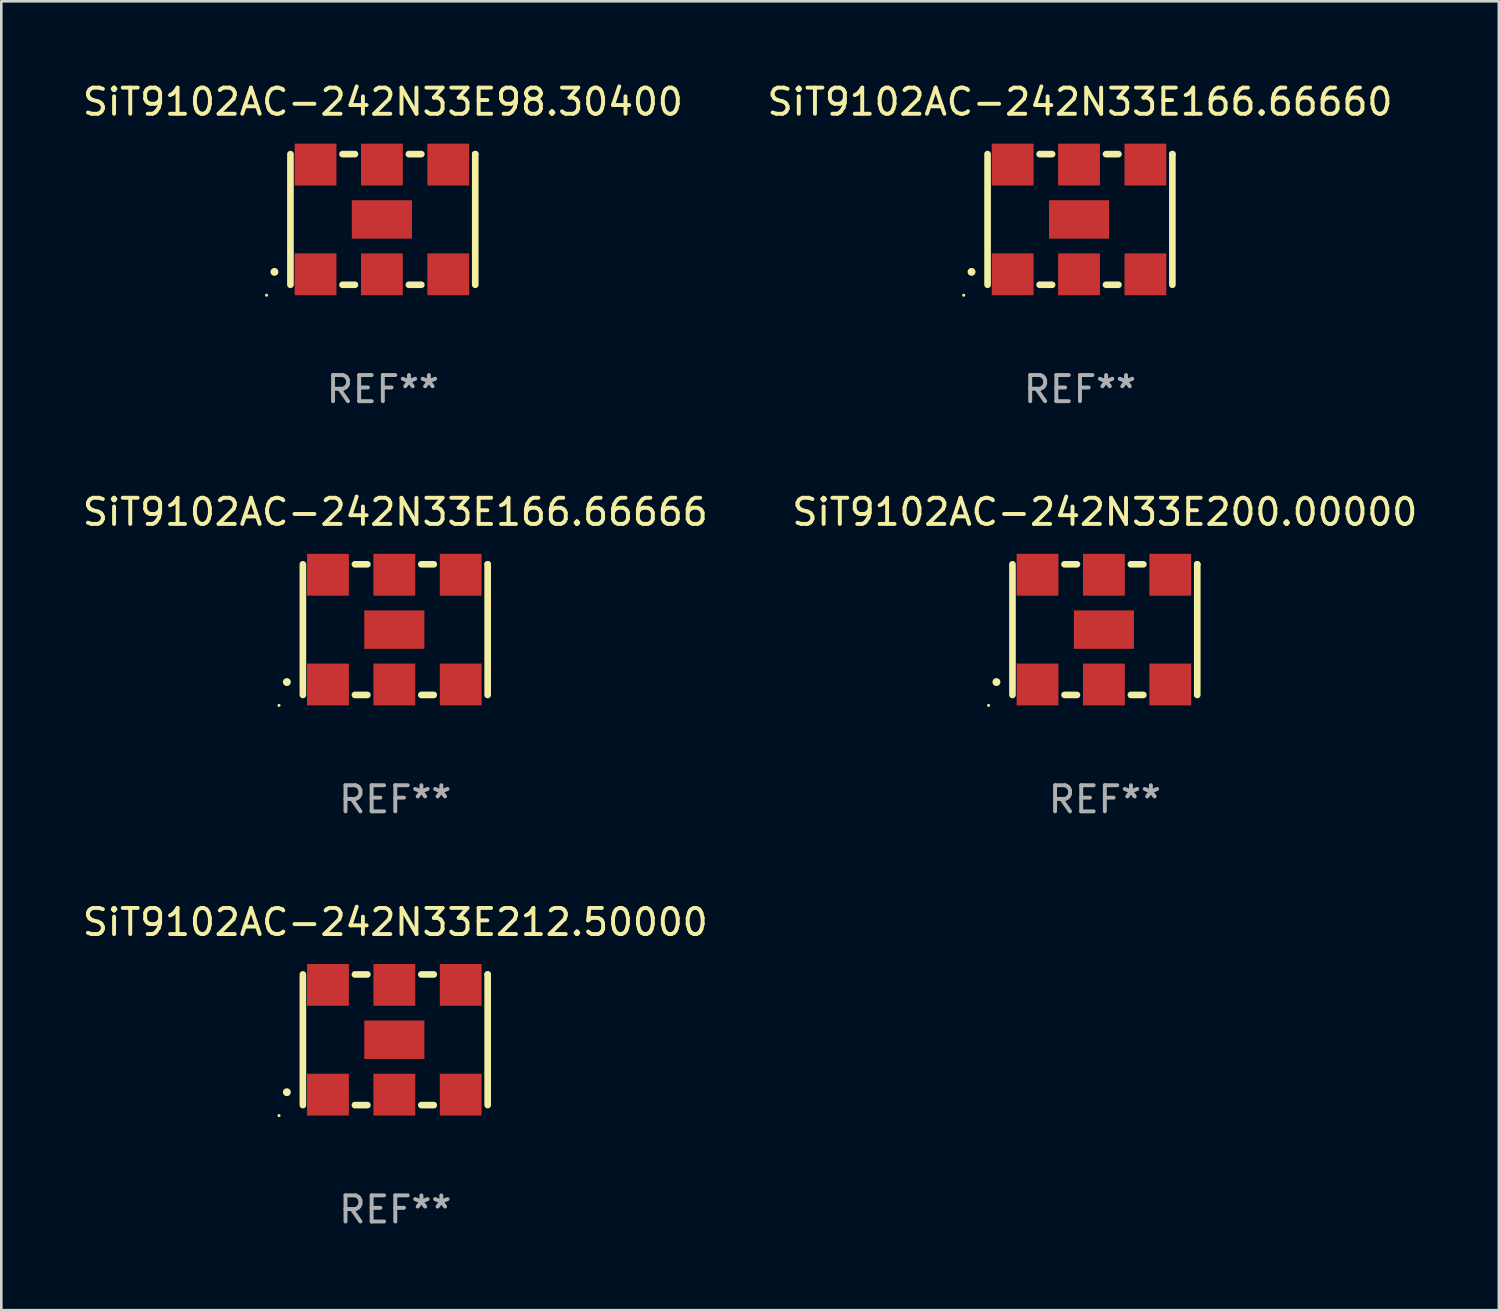
<source format=kicad_pcb>
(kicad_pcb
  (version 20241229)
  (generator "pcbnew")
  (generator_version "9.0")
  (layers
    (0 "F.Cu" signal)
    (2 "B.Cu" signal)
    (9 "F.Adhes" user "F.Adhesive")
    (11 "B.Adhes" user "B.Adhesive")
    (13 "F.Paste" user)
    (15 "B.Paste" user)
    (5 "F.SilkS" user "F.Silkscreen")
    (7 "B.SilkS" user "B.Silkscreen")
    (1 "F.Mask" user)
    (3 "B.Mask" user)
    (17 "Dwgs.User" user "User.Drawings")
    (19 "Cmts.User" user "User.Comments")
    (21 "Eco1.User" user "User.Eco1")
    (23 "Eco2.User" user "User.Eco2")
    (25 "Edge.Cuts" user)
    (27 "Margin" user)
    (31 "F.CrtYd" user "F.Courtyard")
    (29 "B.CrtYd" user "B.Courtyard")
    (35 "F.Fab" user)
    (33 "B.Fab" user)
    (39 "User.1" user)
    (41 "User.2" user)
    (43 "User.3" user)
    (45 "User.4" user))
  (footprint "SiT9102AC-242N33E166.66660"
    (layer "F.Cu")
    (at 38.28 5.348)
    (property "Reference" "SiT9102AC-242N33E166.66660" (at 0 -4.5 0) (layer "F.SilkS") (effects (font (size 1 1) (thickness 0.15))))
    (attr through_hole)
    (fp_line (start -3.536 -2.5) (end -3.536 2.5) (stroke (width 0.254) (type solid)) (layer "F.SilkS"))
    (fp_line (start -1.544 2.5) (end -1.067 2.5) (stroke (width 0.254) (type solid)) (layer "F.SilkS"))
    (fp_line (start -1.067 -2.5) (end -1.544 -2.5) (stroke (width 0.254) (type solid)) (layer "F.SilkS"))
    (fp_line (start 0.996 2.5) (end 1.473 2.5) (stroke (width 0.254) (type solid)) (layer "F.SilkS"))
    (fp_line (start 1.473 -2.5) (end 0.996 -2.5) (stroke (width 0.254) (type solid)) (layer "F.SilkS"))
    (fp_line (start 3.536 -2.5) (end 3.536 -2.5) (stroke (width 0.254) (type solid)) (layer "F.SilkS"))
    (fp_line (start 3.536 2.5) (end 3.536 -2.5) (stroke (width 0.254) (type solid)) (layer "F.SilkS"))
    (fp_arc (start -4.150432 2.006604) (mid -4.149162 2.006599) (end -4.147892 2.006604) (stroke (width 0.3) (type solid)) (layer "F.SilkS"))
    (fp_circle (center -4.449 2.9) (end -4.419 2.9) (stroke (width 0.06) (type solid)) (fill no) (layer "F.SilkS"))
    (fp_text user "REF**" (at 0 6.5 0) (layer "F.Fab") (effects (font (size 1 1) (thickness 0.15))))
    (pad "1" smd rect (at -2.576 2.1) (size 1.6 1.6) (layers "F.Cu" "F.Mask" "F.Paste"))
    (pad "2" smd rect (at -0.036 2.1) (size 1.6 1.6) (layers "F.Cu" "F.Mask" "F.Paste"))
    (pad "3" smd rect (at 2.504 2.1) (size 1.6 1.6) (layers "F.Cu" "F.Mask" "F.Paste"))
    (pad "4" smd rect (at 2.504 -2.1) (size 1.6 1.6) (layers "F.Cu" "F.Mask" "F.Paste"))
    (pad "5" smd rect (at -0.036 -2.1) (size 1.6 1.6) (layers "F.Cu" "F.Mask" "F.Paste"))
    (pad "6" smd rect (at -2.576 -2.1) (size 1.6 1.6) (layers "F.Cu" "F.Mask" "F.Paste"))
    (pad "7" smd rect (at -0.036 0) (size 2.3 1.47) (layers "F.Cu" "F.Mask" "F.Paste")))
  (footprint "SiT9102AC-242N33E212.50000"
    (layer "F.Cu")
    (at 12.077 36.741)
    (property "Reference" "SiT9102AC-242N33E212.50000" (at 0 -4.5 0) (layer "F.SilkS") (effects (font (size 1 1) (thickness 0.15))))
    (attr through_hole)
    (fp_line (start -3.536 -2.5) (end -3.536 2.5) (stroke (width 0.254) (type solid)) (layer "F.SilkS"))
    (fp_line (start -1.544 2.5) (end -1.067 2.5) (stroke (width 0.254) (type solid)) (layer "F.SilkS"))
    (fp_line (start -1.067 -2.5) (end -1.544 -2.5) (stroke (width 0.254) (type solid)) (layer "F.SilkS"))
    (fp_line (start 0.996 2.5) (end 1.473 2.5) (stroke (width 0.254) (type solid)) (layer "F.SilkS"))
    (fp_line (start 1.473 -2.5) (end 0.996 -2.5) (stroke (width 0.254) (type solid)) (layer "F.SilkS"))
    (fp_line (start 3.536 -2.5) (end 3.536 -2.5) (stroke (width 0.254) (type solid)) (layer "F.SilkS"))
    (fp_line (start 3.536 2.5) (end 3.536 -2.5) (stroke (width 0.254) (type solid)) (layer "F.SilkS"))
    (fp_arc (start -4.150432 2.006604) (mid -4.149162 2.006599) (end -4.147892 2.006604) (stroke (width 0.3) (type solid)) (layer "F.SilkS"))
    (fp_circle (center -4.449 2.9) (end -4.419 2.9) (stroke (width 0.06) (type solid)) (fill no) (layer "F.SilkS"))
    (fp_text user "REF**" (at 0 6.5 0) (layer "F.Fab") (effects (font (size 1 1) (thickness 0.15))))
    (pad "1" smd rect (at -2.576 2.1) (size 1.6 1.6) (layers "F.Cu" "F.Mask" "F.Paste"))
    (pad "2" smd rect (at -0.036 2.1) (size 1.6 1.6) (layers "F.Cu" "F.Mask" "F.Paste"))
    (pad "3" smd rect (at 2.504 2.1) (size 1.6 1.6) (layers "F.Cu" "F.Mask" "F.Paste"))
    (pad "4" smd rect (at 2.504 -2.1) (size 1.6 1.6) (layers "F.Cu" "F.Mask" "F.Paste"))
    (pad "5" smd rect (at -0.036 -2.1) (size 1.6 1.6) (layers "F.Cu" "F.Mask" "F.Paste"))
    (pad "6" smd rect (at -2.576 -2.1) (size 1.6 1.6) (layers "F.Cu" "F.Mask" "F.Paste"))
    (pad "7" smd rect (at -0.036 0) (size 2.3 1.47) (layers "F.Cu" "F.Mask" "F.Paste")))
  (footprint "SiT9102AC-242N33E166.66666"
    (layer "F.Cu")
    (at 12.077 21.045)
    (property "Reference" "SiT9102AC-242N33E166.66666" (at 0 -4.5 0) (layer "F.SilkS") (effects (font (size 1 1) (thickness 0.15))))
    (attr through_hole)
    (fp_line (start -3.536 -2.5) (end -3.536 2.5) (stroke (width 0.254) (type solid)) (layer "F.SilkS"))
    (fp_line (start -1.544 2.5) (end -1.067 2.5) (stroke (width 0.254) (type solid)) (layer "F.SilkS"))
    (fp_line (start -1.067 -2.5) (end -1.544 -2.5) (stroke (width 0.254) (type solid)) (layer "F.SilkS"))
    (fp_line (start 0.996 2.5) (end 1.473 2.5) (stroke (width 0.254) (type solid)) (layer "F.SilkS"))
    (fp_line (start 1.473 -2.5) (end 0.996 -2.5) (stroke (width 0.254) (type solid)) (layer "F.SilkS"))
    (fp_line (start 3.536 -2.5) (end 3.536 -2.5) (stroke (width 0.254) (type solid)) (layer "F.SilkS"))
    (fp_line (start 3.536 2.5) (end 3.536 -2.5) (stroke (width 0.254) (type solid)) (layer "F.SilkS"))
    (fp_arc (start -4.150432 2.006604) (mid -4.149162 2.006599) (end -4.147892 2.006604) (stroke (width 0.3) (type solid)) (layer "F.SilkS"))
    (fp_circle (center -4.449 2.9) (end -4.419 2.9) (stroke (width 0.06) (type solid)) (fill no) (layer "F.SilkS"))
    (fp_text user "REF**" (at 0 6.5 0) (layer "F.Fab") (effects (font (size 1 1) (thickness 0.15))))
    (pad "1" smd rect (at -2.576 2.1) (size 1.6 1.6) (layers "F.Cu" "F.Mask" "F.Paste"))
    (pad "2" smd rect (at -0.036 2.1) (size 1.6 1.6) (layers "F.Cu" "F.Mask" "F.Paste"))
    (pad "3" smd rect (at 2.504 2.1) (size 1.6 1.6) (layers "F.Cu" "F.Mask" "F.Paste"))
    (pad "4" smd rect (at 2.504 -2.1) (size 1.6 1.6) (layers "F.Cu" "F.Mask" "F.Paste"))
    (pad "5" smd rect (at -0.036 -2.1) (size 1.6 1.6) (layers "F.Cu" "F.Mask" "F.Paste"))
    (pad "6" smd rect (at -2.576 -2.1) (size 1.6 1.6) (layers "F.Cu" "F.Mask" "F.Paste"))
    (pad "7" smd rect (at -0.036 0) (size 2.3 1.47) (layers "F.Cu" "F.Mask" "F.Paste")))
  (footprint "SiT9102AC-242N33E98.30400"
    (layer "F.Cu")
    (at 11.601 5.348)
    (property "Reference" "SiT9102AC-242N33E98.30400" (at 0 -4.5 0) (layer "F.SilkS") (effects (font (size 1 1) (thickness 0.15))))
    (attr through_hole)
    (fp_line (start -3.536 -2.5) (end -3.536 2.5) (stroke (width 0.254) (type solid)) (layer "F.SilkS"))
    (fp_line (start -1.544 2.5) (end -1.067 2.5) (stroke (width 0.254) (type solid)) (layer "F.SilkS"))
    (fp_line (start -1.067 -2.5) (end -1.544 -2.5) (stroke (width 0.254) (type solid)) (layer "F.SilkS"))
    (fp_line (start 0.996 2.5) (end 1.473 2.5) (stroke (width 0.254) (type solid)) (layer "F.SilkS"))
    (fp_line (start 1.473 -2.5) (end 0.996 -2.5) (stroke (width 0.254) (type solid)) (layer "F.SilkS"))
    (fp_line (start 3.536 -2.5) (end 3.536 -2.5) (stroke (width 0.254) (type solid)) (layer "F.SilkS"))
    (fp_line (start 3.536 2.5) (end 3.536 -2.5) (stroke (width 0.254) (type solid)) (layer "F.SilkS"))
    (fp_arc (start -4.150432 2.006604) (mid -4.149162 2.006599) (end -4.147892 2.006604) (stroke (width 0.3) (type solid)) (layer "F.SilkS"))
    (fp_circle (center -4.449 2.9) (end -4.419 2.9) (stroke (width 0.06) (type solid)) (fill no) (layer "F.SilkS"))
    (fp_text user "REF**" (at 0 6.5 0) (layer "F.Fab") (effects (font (size 1 1) (thickness 0.15))))
    (pad "1" smd rect (at -2.576 2.1) (size 1.6 1.6) (layers "F.Cu" "F.Mask" "F.Paste"))
    (pad "2" smd rect (at -0.036 2.1) (size 1.6 1.6) (layers "F.Cu" "F.Mask" "F.Paste"))
    (pad "3" smd rect (at 2.504 2.1) (size 1.6 1.6) (layers "F.Cu" "F.Mask" "F.Paste"))
    (pad "4" smd rect (at 2.504 -2.1) (size 1.6 1.6) (layers "F.Cu" "F.Mask" "F.Paste"))
    (pad "5" smd rect (at -0.036 -2.1) (size 1.6 1.6) (layers "F.Cu" "F.Mask" "F.Paste"))
    (pad "6" smd rect (at -2.576 -2.1) (size 1.6 1.6) (layers "F.Cu" "F.Mask" "F.Paste"))
    (pad "7" smd rect (at -0.036 0) (size 2.3 1.47) (layers "F.Cu" "F.Mask" "F.Paste")))
  (footprint "SiT9102AC-242N33E200.00000"
    (layer "F.Cu")
    (at 39.232 21.045)
    (property "Reference" "SiT9102AC-242N33E200.00000" (at 0 -4.5 0) (layer "F.SilkS") (effects (font (size 1 1) (thickness 0.15))))
    (attr through_hole)
    (fp_line (start -3.536 -2.5) (end -3.536 2.5) (stroke (width 0.254) (type solid)) (layer "F.SilkS"))
    (fp_line (start -1.544 2.5) (end -1.067 2.5) (stroke (width 0.254) (type solid)) (layer "F.SilkS"))
    (fp_line (start -1.067 -2.5) (end -1.544 -2.5) (stroke (width 0.254) (type solid)) (layer "F.SilkS"))
    (fp_line (start 0.996 2.5) (end 1.473 2.5) (stroke (width 0.254) (type solid)) (layer "F.SilkS"))
    (fp_line (start 1.473 -2.5) (end 0.996 -2.5) (stroke (width 0.254) (type solid)) (layer "F.SilkS"))
    (fp_line (start 3.536 -2.5) (end 3.536 -2.5) (stroke (width 0.254) (type solid)) (layer "F.SilkS"))
    (fp_line (start 3.536 2.5) (end 3.536 -2.5) (stroke (width 0.254) (type solid)) (layer "F.SilkS"))
    (fp_arc (start -4.150432 2.006604) (mid -4.149162 2.006599) (end -4.147892 2.006604) (stroke (width 0.3) (type solid)) (layer "F.SilkS"))
    (fp_circle (center -4.449 2.9) (end -4.419 2.9) (stroke (width 0.06) (type solid)) (fill no) (layer "F.SilkS"))
    (fp_text user "REF**" (at 0 6.5 0) (layer "F.Fab") (effects (font (size 1 1) (thickness 0.15))))
    (pad "1" smd rect (at -2.576 2.1) (size 1.6 1.6) (layers "F.Cu" "F.Mask" "F.Paste"))
    (pad "2" smd rect (at -0.036 2.1) (size 1.6 1.6) (layers "F.Cu" "F.Mask" "F.Paste"))
    (pad "3" smd rect (at 2.504 2.1) (size 1.6 1.6) (layers "F.Cu" "F.Mask" "F.Paste"))
    (pad "4" smd rect (at 2.504 -2.1) (size 1.6 1.6) (layers "F.Cu" "F.Mask" "F.Paste"))
    (pad "5" smd rect (at -0.036 -2.1) (size 1.6 1.6) (layers "F.Cu" "F.Mask" "F.Paste"))
    (pad "6" smd rect (at -2.576 -2.1) (size 1.6 1.6) (layers "F.Cu" "F.Mask" "F.Paste"))
    (pad "7" smd rect (at -0.036 0) (size 2.3 1.47) (layers "F.Cu" "F.Mask" "F.Paste")))
  (gr_rect
    (start -3 -3)
    (end 54.31 47.09)
    (stroke (width 0.1) (type default))
    (fill no)
    (layer "Edge.Cuts")))
</source>
